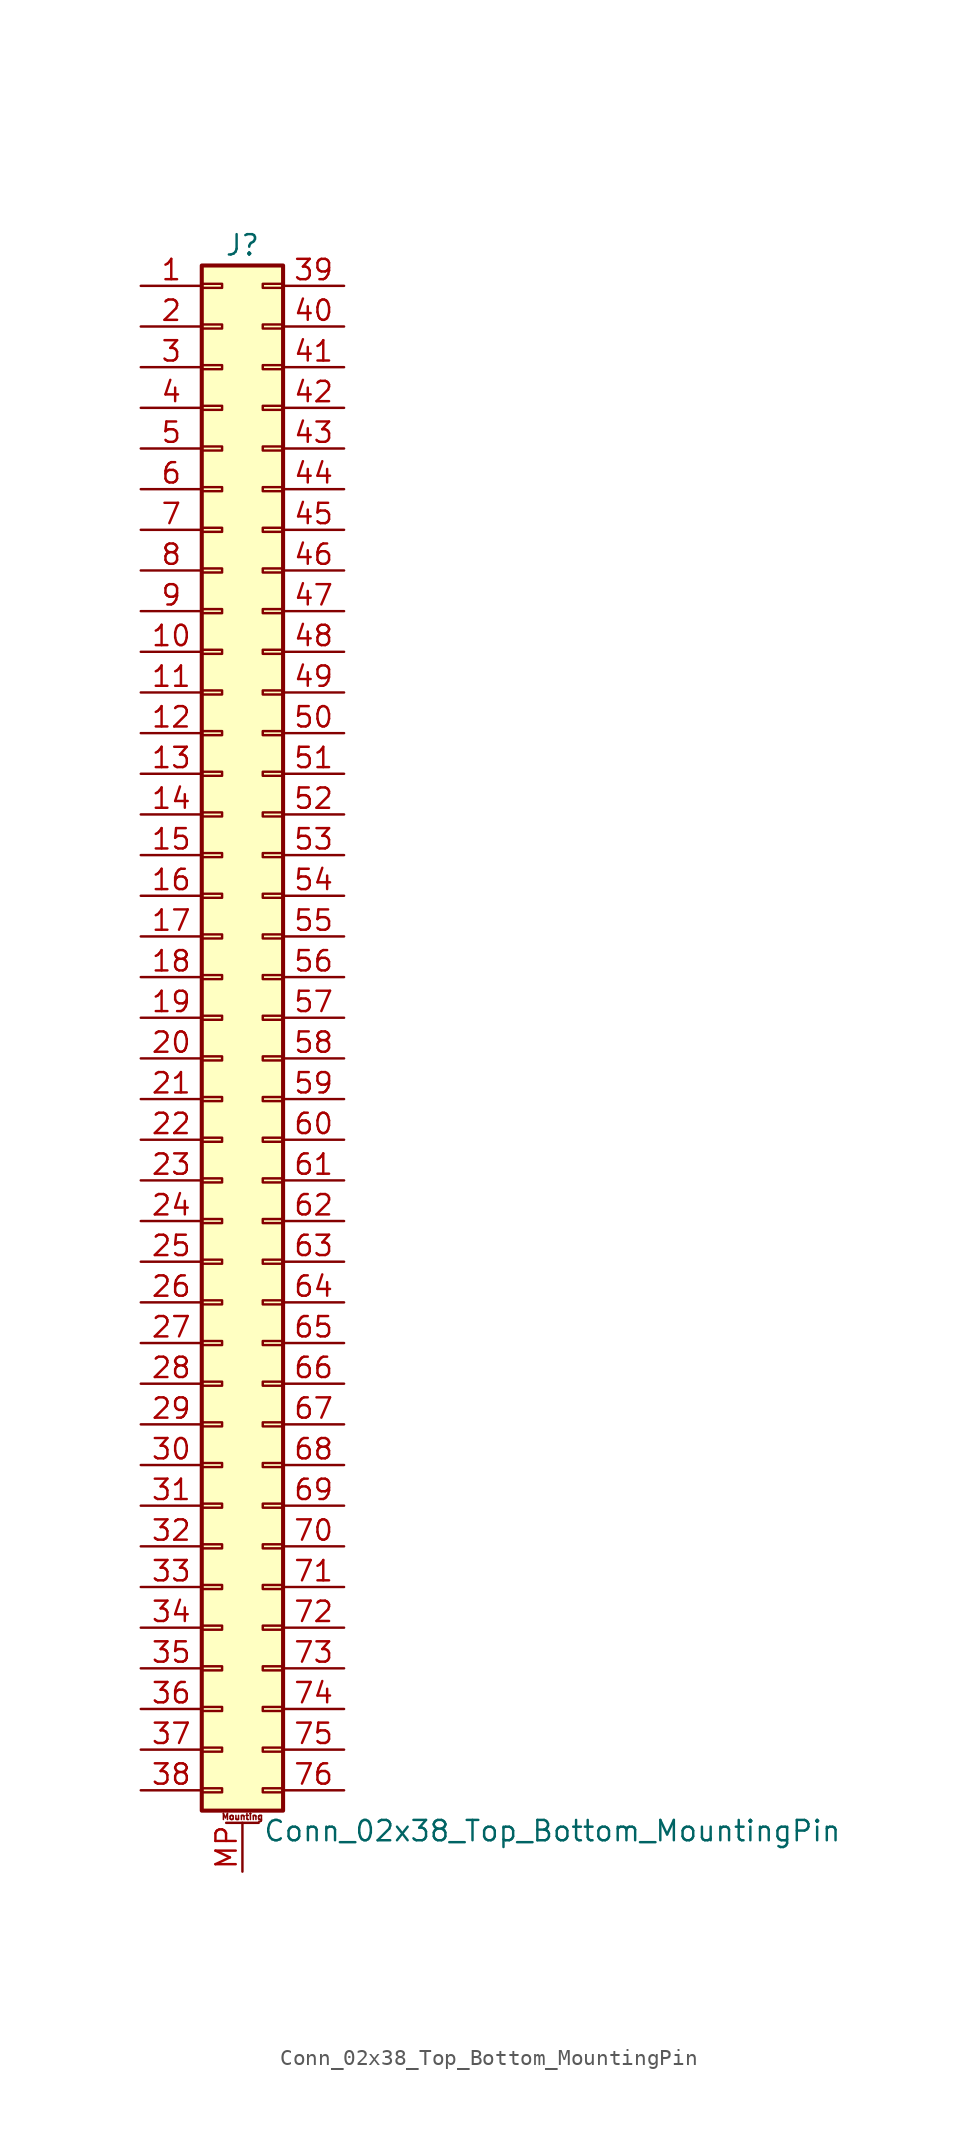
<source format=kicad_sym>
(kicad_symbol_lib
  (version 20201005)
  (generator kicad_symbol_editor)
  (symbol "Conn_02x38_Top_Bottom_MountingPin"
    (pin_names
      (offset 1.016) hide)
    (property "Reference" "J"
      (at 1.27 48.26 0)
      (effects (font (size 1.27 1.27))))
    (property "Value" "Conn_02x38_Top_Bottom_MountingPin"
      (at 2.54 -50.8 0)
      (effects (font (size 1.27 1.27)) (justify left)))
    (symbol "Conn_02x38_Top_Bottom_MountingPin_1_1"
      (text "Mounting" (at 1.27 -49.911 0) (effects (font (size 0.381 0.381))))
      (rectangle (start -1.27 -48.133) (end 0 -48.387) (stroke (width 0.152)) (fill (type none)))
      (rectangle (start -1.27 -45.593) (end 0 -45.847) (stroke (width 0.152)) (fill (type none)))
      (rectangle (start -1.27 -43.053) (end 0 -43.307) (stroke (width 0.152)) (fill (type none)))
      (rectangle (start -1.27 -40.513) (end 0 -40.767) (stroke (width 0.152)) (fill (type none)))
      (rectangle (start -1.27 -37.973) (end 0 -38.227) (stroke (width 0.152)) (fill (type none)))
      (rectangle (start -1.27 -35.433) (end 0 -35.687) (stroke (width 0.152)) (fill (type none)))
      (rectangle (start -1.27 -32.893) (end 0 -33.147) (stroke (width 0.152)) (fill (type none)))
      (rectangle (start -1.27 -30.353) (end 0 -30.607) (stroke (width 0.152)) (fill (type none)))
      (rectangle (start -1.27 -27.813) (end 0 -28.067) (stroke (width 0.152)) (fill (type none)))
      (rectangle (start -1.27 -25.273) (end 0 -25.527) (stroke (width 0.152)) (fill (type none)))
      (rectangle (start -1.27 -22.733) (end 0 -22.987) (stroke (width 0.152)) (fill (type none)))
      (rectangle (start -1.27 -20.193) (end 0 -20.447) (stroke (width 0.152)) (fill (type none)))
      (rectangle (start -1.27 -17.653) (end 0 -17.907) (stroke (width 0.152)) (fill (type none)))
      (rectangle (start -1.27 -15.113) (end 0 -15.367) (stroke (width 0.152)) (fill (type none)))
      (rectangle (start -1.27 -12.573) (end 0 -12.827) (stroke (width 0.152)) (fill (type none)))
      (rectangle (start -1.27 -10.033) (end 0 -10.287) (stroke (width 0.152)) (fill (type none)))
      (rectangle (start -1.27 -7.493) (end 0 -7.747) (stroke (width 0.152)) (fill (type none)))
      (rectangle (start -1.27 -4.953) (end 0 -5.207) (stroke (width 0.152)) (fill (type none)))
      (rectangle (start -1.27 -2.413) (end 0 -2.667) (stroke (width 0.152)) (fill (type none)))
      (rectangle (start -1.27 0.127) (end 0 -0.127) (stroke (width 0.152)) (fill (type none)))
      (rectangle (start -1.27 2.667) (end 0 2.413) (stroke (width 0.152)) (fill (type none)))
      (rectangle (start -1.27 5.207) (end 0 4.953) (stroke (width 0.152)) (fill (type none)))
      (rectangle (start -1.27 7.747) (end 0 7.493) (stroke (width 0.152)) (fill (type none)))
      (rectangle (start -1.27 10.287) (end 0 10.033) (stroke (width 0.152)) (fill (type none)))
      (rectangle (start -1.27 12.827) (end 0 12.573) (stroke (width 0.152)) (fill (type none)))
      (rectangle (start -1.27 15.367) (end 0 15.113) (stroke (width 0.152)) (fill (type none)))
      (rectangle (start -1.27 17.907) (end 0 17.653) (stroke (width 0.152)) (fill (type none)))
      (rectangle (start -1.27 20.447) (end 0 20.193) (stroke (width 0.152)) (fill (type none)))
      (rectangle (start -1.27 22.987) (end 0 22.733) (stroke (width 0.152)) (fill (type none)))
      (rectangle (start -1.27 25.527) (end 0 25.273) (stroke (width 0.152)) (fill (type none)))
      (rectangle (start -1.27 28.067) (end 0 27.813) (stroke (width 0.152)) (fill (type none)))
      (rectangle (start -1.27 30.607) (end 0 30.353) (stroke (width 0.152)) (fill (type none)))
      (rectangle (start -1.27 33.147) (end 0 32.893) (stroke (width 0.152)) (fill (type none)))
      (rectangle (start -1.27 35.687) (end 0 35.433) (stroke (width 0.152)) (fill (type none)))
      (rectangle (start -1.27 38.227) (end 0 37.973) (stroke (width 0.152)) (fill (type none)))
      (rectangle (start -1.27 40.767) (end 0 40.513) (stroke (width 0.152)) (fill (type none)))
      (rectangle (start -1.27 43.307) (end 0 43.053) (stroke (width 0.152)) (fill (type none)))
      (rectangle (start -1.27 45.847) (end 0 45.593) (stroke (width 0.152)) (fill (type none)))
      (rectangle (start -1.27 46.99) (end 3.81 -49.53) (stroke (width 0.254)) (fill (type background)))
      (rectangle (start 3.81 -48.133) (end 2.54 -48.387) (stroke (width 0.152)) (fill (type none)))
      (rectangle (start 3.81 -45.593) (end 2.54 -45.847) (stroke (width 0.152)) (fill (type none)))
      (rectangle (start 3.81 -43.053) (end 2.54 -43.307) (stroke (width 0.152)) (fill (type none)))
      (rectangle (start 3.81 -40.513) (end 2.54 -40.767) (stroke (width 0.152)) (fill (type none)))
      (rectangle (start 3.81 -37.973) (end 2.54 -38.227) (stroke (width 0.152)) (fill (type none)))
      (rectangle (start 3.81 -35.433) (end 2.54 -35.687) (stroke (width 0.152)) (fill (type none)))
      (rectangle (start 3.81 -32.893) (end 2.54 -33.147) (stroke (width 0.152)) (fill (type none)))
      (rectangle (start 3.81 -30.353) (end 2.54 -30.607) (stroke (width 0.152)) (fill (type none)))
      (rectangle (start 3.81 -27.813) (end 2.54 -28.067) (stroke (width 0.152)) (fill (type none)))
      (rectangle (start 3.81 -25.273) (end 2.54 -25.527) (stroke (width 0.152)) (fill (type none)))
      (rectangle (start 3.81 -22.733) (end 2.54 -22.987) (stroke (width 0.152)) (fill (type none)))
      (rectangle (start 3.81 -20.193) (end 2.54 -20.447) (stroke (width 0.152)) (fill (type none)))
      (rectangle (start 3.81 -17.653) (end 2.54 -17.907) (stroke (width 0.152)) (fill (type none)))
      (rectangle (start 3.81 -15.113) (end 2.54 -15.367) (stroke (width 0.152)) (fill (type none)))
      (rectangle (start 3.81 -12.573) (end 2.54 -12.827) (stroke (width 0.152)) (fill (type none)))
      (rectangle (start 3.81 -10.033) (end 2.54 -10.287) (stroke (width 0.152)) (fill (type none)))
      (rectangle (start 3.81 -7.493) (end 2.54 -7.747) (stroke (width 0.152)) (fill (type none)))
      (rectangle (start 3.81 -4.953) (end 2.54 -5.207) (stroke (width 0.152)) (fill (type none)))
      (rectangle (start 3.81 -2.413) (end 2.54 -2.667) (stroke (width 0.152)) (fill (type none)))
      (rectangle (start 3.81 0.127) (end 2.54 -0.127) (stroke (width 0.152)) (fill (type none)))
      (rectangle (start 3.81 2.667) (end 2.54 2.413) (stroke (width 0.152)) (fill (type none)))
      (rectangle (start 3.81 5.207) (end 2.54 4.953) (stroke (width 0.152)) (fill (type none)))
      (rectangle (start 3.81 7.747) (end 2.54 7.493) (stroke (width 0.152)) (fill (type none)))
      (rectangle (start 3.81 10.287) (end 2.54 10.033) (stroke (width 0.152)) (fill (type none)))
      (rectangle (start 3.81 12.827) (end 2.54 12.573) (stroke (width 0.152)) (fill (type none)))
      (rectangle (start 3.81 15.367) (end 2.54 15.113) (stroke (width 0.152)) (fill (type none)))
      (rectangle (start 3.81 17.907) (end 2.54 17.653) (stroke (width 0.152)) (fill (type none)))
      (rectangle (start 3.81 20.447) (end 2.54 20.193) (stroke (width 0.152)) (fill (type none)))
      (rectangle (start 3.81 22.987) (end 2.54 22.733) (stroke (width 0.152)) (fill (type none)))
      (rectangle (start 3.81 25.527) (end 2.54 25.273) (stroke (width 0.152)) (fill (type none)))
      (rectangle (start 3.81 28.067) (end 2.54 27.813) (stroke (width 0.152)) (fill (type none)))
      (rectangle (start 3.81 30.607) (end 2.54 30.353) (stroke (width 0.152)) (fill (type none)))
      (rectangle (start 3.81 33.147) (end 2.54 32.893) (stroke (width 0.152)) (fill (type none)))
      (rectangle (start 3.81 35.687) (end 2.54 35.433) (stroke (width 0.152)) (fill (type none)))
      (rectangle (start 3.81 38.227) (end 2.54 37.973) (stroke (width 0.152)) (fill (type none)))
      (rectangle (start 3.81 40.767) (end 2.54 40.513) (stroke (width 0.152)) (fill (type none)))
      (rectangle (start 3.81 43.307) (end 2.54 43.053) (stroke (width 0.152)) (fill (type none)))
      (rectangle (start 3.81 45.847) (end 2.54 45.593) (stroke (width 0.152)) (fill (type none)))
      (polyline (pts (xy 0.254 -50.292) (xy 2.286 -50.292)) (stroke (width 0.152)) (fill (type none)))
      (pin passive line (at -5.08 45.72 0) (length 3.81) (name "Pin_1" (effects (font (size 1.27 1.27)))) (number "1" (effects (font (size 1.27 1.27)))))
      (pin passive line (at -5.08 22.86 0) (length 3.81) (name "Pin_10" (effects (font (size 1.27 1.27)))) (number "10" (effects (font (size 1.27 1.27)))))
      (pin passive line (at -5.08 20.32 0) (length 3.81) (name "Pin_11" (effects (font (size 1.27 1.27)))) (number "11" (effects (font (size 1.27 1.27)))))
      (pin passive line (at -5.08 17.78 0) (length 3.81) (name "Pin_12" (effects (font (size 1.27 1.27)))) (number "12" (effects (font (size 1.27 1.27)))))
      (pin passive line (at -5.08 15.24 0) (length 3.81) (name "Pin_13" (effects (font (size 1.27 1.27)))) (number "13" (effects (font (size 1.27 1.27)))))
      (pin passive line (at -5.08 12.7 0) (length 3.81) (name "Pin_14" (effects (font (size 1.27 1.27)))) (number "14" (effects (font (size 1.27 1.27)))))
      (pin passive line (at -5.08 10.16 0) (length 3.81) (name "Pin_15" (effects (font (size 1.27 1.27)))) (number "15" (effects (font (size 1.27 1.27)))))
      (pin passive line (at -5.08 7.62 0) (length 3.81) (name "Pin_16" (effects (font (size 1.27 1.27)))) (number "16" (effects (font (size 1.27 1.27)))))
      (pin passive line (at -5.08 5.08 0) (length 3.81) (name "Pin_17" (effects (font (size 1.27 1.27)))) (number "17" (effects (font (size 1.27 1.27)))))
      (pin passive line (at -5.08 2.54 0) (length 3.81) (name "Pin_18" (effects (font (size 1.27 1.27)))) (number "18" (effects (font (size 1.27 1.27)))))
      (pin passive line (at -5.08 0 0) (length 3.81) (name "Pin_19" (effects (font (size 1.27 1.27)))) (number "19" (effects (font (size 1.27 1.27)))))
      (pin passive line (at -5.08 43.18 0) (length 3.81) (name "Pin_2" (effects (font (size 1.27 1.27)))) (number "2" (effects (font (size 1.27 1.27)))))
      (pin passive line (at -5.08 -2.54 0) (length 3.81) (name "Pin_20" (effects (font (size 1.27 1.27)))) (number "20" (effects (font (size 1.27 1.27)))))
      (pin passive line (at -5.08 -5.08 0) (length 3.81) (name "Pin_21" (effects (font (size 1.27 1.27)))) (number "21" (effects (font (size 1.27 1.27)))))
      (pin passive line (at -5.08 -7.62 0) (length 3.81) (name "Pin_22" (effects (font (size 1.27 1.27)))) (number "22" (effects (font (size 1.27 1.27)))))
      (pin passive line (at -5.08 -10.16 0) (length 3.81) (name "Pin_23" (effects (font (size 1.27 1.27)))) (number "23" (effects (font (size 1.27 1.27)))))
      (pin passive line (at -5.08 -12.7 0) (length 3.81) (name "Pin_24" (effects (font (size 1.27 1.27)))) (number "24" (effects (font (size 1.27 1.27)))))
      (pin passive line (at -5.08 -15.24 0) (length 3.81) (name "Pin_25" (effects (font (size 1.27 1.27)))) (number "25" (effects (font (size 1.27 1.27)))))
      (pin passive line (at -5.08 -17.78 0) (length 3.81) (name "Pin_26" (effects (font (size 1.27 1.27)))) (number "26" (effects (font (size 1.27 1.27)))))
      (pin passive line (at -5.08 -20.32 0) (length 3.81) (name "Pin_27" (effects (font (size 1.27 1.27)))) (number "27" (effects (font (size 1.27 1.27)))))
      (pin passive line (at -5.08 -22.86 0) (length 3.81) (name "Pin_28" (effects (font (size 1.27 1.27)))) (number "28" (effects (font (size 1.27 1.27)))))
      (pin passive line (at -5.08 -25.4 0) (length 3.81) (name "Pin_29" (effects (font (size 1.27 1.27)))) (number "29" (effects (font (size 1.27 1.27)))))
      (pin passive line (at -5.08 40.64 0) (length 3.81) (name "Pin_3" (effects (font (size 1.27 1.27)))) (number "3" (effects (font (size 1.27 1.27)))))
      (pin passive line (at -5.08 -27.94 0) (length 3.81) (name "Pin_30" (effects (font (size 1.27 1.27)))) (number "30" (effects (font (size 1.27 1.27)))))
      (pin passive line (at -5.08 -30.48 0) (length 3.81) (name "Pin_31" (effects (font (size 1.27 1.27)))) (number "31" (effects (font (size 1.27 1.27)))))
      (pin passive line (at -5.08 -33.02 0) (length 3.81) (name "Pin_32" (effects (font (size 1.27 1.27)))) (number "32" (effects (font (size 1.27 1.27)))))
      (pin passive line (at -5.08 -35.56 0) (length 3.81) (name "Pin_33" (effects (font (size 1.27 1.27)))) (number "33" (effects (font (size 1.27 1.27)))))
      (pin passive line (at -5.08 -38.1 0) (length 3.81) (name "Pin_34" (effects (font (size 1.27 1.27)))) (number "34" (effects (font (size 1.27 1.27)))))
      (pin passive line (at -5.08 -40.64 0) (length 3.81) (name "Pin_35" (effects (font (size 1.27 1.27)))) (number "35" (effects (font (size 1.27 1.27)))))
      (pin passive line (at -5.08 -43.18 0) (length 3.81) (name "Pin_36" (effects (font (size 1.27 1.27)))) (number "36" (effects (font (size 1.27 1.27)))))
      (pin passive line (at -5.08 -45.72 0) (length 3.81) (name "Pin_37" (effects (font (size 1.27 1.27)))) (number "37" (effects (font (size 1.27 1.27)))))
      (pin passive line (at -5.08 -48.26 0) (length 3.81) (name "Pin_38" (effects (font (size 1.27 1.27)))) (number "38" (effects (font (size 1.27 1.27)))))
      (pin passive line (at 7.62 45.72 180) (length 3.81) (name "Pin_39" (effects (font (size 1.27 1.27)))) (number "39" (effects (font (size 1.27 1.27)))))
      (pin passive line (at -5.08 38.1 0) (length 3.81) (name "Pin_4" (effects (font (size 1.27 1.27)))) (number "4" (effects (font (size 1.27 1.27)))))
      (pin passive line (at 7.62 43.18 180) (length 3.81) (name "Pin_40" (effects (font (size 1.27 1.27)))) (number "40" (effects (font (size 1.27 1.27)))))
      (pin passive line (at 7.62 40.64 180) (length 3.81) (name "Pin_41" (effects (font (size 1.27 1.27)))) (number "41" (effects (font (size 1.27 1.27)))))
      (pin passive line (at 7.62 38.1 180) (length 3.81) (name "Pin_42" (effects (font (size 1.27 1.27)))) (number "42" (effects (font (size 1.27 1.27)))))
      (pin passive line (at 7.62 35.56 180) (length 3.81) (name "Pin_43" (effects (font (size 1.27 1.27)))) (number "43" (effects (font (size 1.27 1.27)))))
      (pin passive line (at 7.62 33.02 180) (length 3.81) (name "Pin_44" (effects (font (size 1.27 1.27)))) (number "44" (effects (font (size 1.27 1.27)))))
      (pin passive line (at 7.62 30.48 180) (length 3.81) (name "Pin_45" (effects (font (size 1.27 1.27)))) (number "45" (effects (font (size 1.27 1.27)))))
      (pin passive line (at 7.62 27.94 180) (length 3.81) (name "Pin_46" (effects (font (size 1.27 1.27)))) (number "46" (effects (font (size 1.27 1.27)))))
      (pin passive line (at 7.62 25.4 180) (length 3.81) (name "Pin_47" (effects (font (size 1.27 1.27)))) (number "47" (effects (font (size 1.27 1.27)))))
      (pin passive line (at 7.62 22.86 180) (length 3.81) (name "Pin_48" (effects (font (size 1.27 1.27)))) (number "48" (effects (font (size 1.27 1.27)))))
      (pin passive line (at 7.62 20.32 180) (length 3.81) (name "Pin_49" (effects (font (size 1.27 1.27)))) (number "49" (effects (font (size 1.27 1.27)))))
      (pin passive line (at -5.08 35.56 0) (length 3.81) (name "Pin_5" (effects (font (size 1.27 1.27)))) (number "5" (effects (font (size 1.27 1.27)))))
      (pin passive line (at 7.62 17.78 180) (length 3.81) (name "Pin_50" (effects (font (size 1.27 1.27)))) (number "50" (effects (font (size 1.27 1.27)))))
      (pin passive line (at 7.62 15.24 180) (length 3.81) (name "Pin_51" (effects (font (size 1.27 1.27)))) (number "51" (effects (font (size 1.27 1.27)))))
      (pin passive line (at 7.62 12.7 180) (length 3.81) (name "Pin_52" (effects (font (size 1.27 1.27)))) (number "52" (effects (font (size 1.27 1.27)))))
      (pin passive line (at 7.62 10.16 180) (length 3.81) (name "Pin_53" (effects (font (size 1.27 1.27)))) (number "53" (effects (font (size 1.27 1.27)))))
      (pin passive line (at 7.62 7.62 180) (length 3.81) (name "Pin_54" (effects (font (size 1.27 1.27)))) (number "54" (effects (font (size 1.27 1.27)))))
      (pin passive line (at 7.62 5.08 180) (length 3.81) (name "Pin_55" (effects (font (size 1.27 1.27)))) (number "55" (effects (font (size 1.27 1.27)))))
      (pin passive line (at 7.62 2.54 180) (length 3.81) (name "Pin_56" (effects (font (size 1.27 1.27)))) (number "56" (effects (font (size 1.27 1.27)))))
      (pin passive line (at 7.62 0 180) (length 3.81) (name "Pin_57" (effects (font (size 1.27 1.27)))) (number "57" (effects (font (size 1.27 1.27)))))
      (pin passive line (at 7.62 -2.54 180) (length 3.81) (name "Pin_58" (effects (font (size 1.27 1.27)))) (number "58" (effects (font (size 1.27 1.27)))))
      (pin passive line (at 7.62 -5.08 180) (length 3.81) (name "Pin_59" (effects (font (size 1.27 1.27)))) (number "59" (effects (font (size 1.27 1.27)))))
      (pin passive line (at -5.08 33.02 0) (length 3.81) (name "Pin_6" (effects (font (size 1.27 1.27)))) (number "6" (effects (font (size 1.27 1.27)))))
      (pin passive line (at 7.62 -7.62 180) (length 3.81) (name "Pin_60" (effects (font (size 1.27 1.27)))) (number "60" (effects (font (size 1.27 1.27)))))
      (pin passive line (at 7.62 -10.16 180) (length 3.81) (name "Pin_61" (effects (font (size 1.27 1.27)))) (number "61" (effects (font (size 1.27 1.27)))))
      (pin passive line (at 7.62 -12.7 180) (length 3.81) (name "Pin_62" (effects (font (size 1.27 1.27)))) (number "62" (effects (font (size 1.27 1.27)))))
      (pin passive line (at 7.62 -15.24 180) (length 3.81) (name "Pin_63" (effects (font (size 1.27 1.27)))) (number "63" (effects (font (size 1.27 1.27)))))
      (pin passive line (at 7.62 -17.78 180) (length 3.81) (name "Pin_64" (effects (font (size 1.27 1.27)))) (number "64" (effects (font (size 1.27 1.27)))))
      (pin passive line (at 7.62 -20.32 180) (length 3.81) (name "Pin_65" (effects (font (size 1.27 1.27)))) (number "65" (effects (font (size 1.27 1.27)))))
      (pin passive line (at 7.62 -22.86 180) (length 3.81) (name "Pin_66" (effects (font (size 1.27 1.27)))) (number "66" (effects (font (size 1.27 1.27)))))
      (pin passive line (at 7.62 -25.4 180) (length 3.81) (name "Pin_67" (effects (font (size 1.27 1.27)))) (number "67" (effects (font (size 1.27 1.27)))))
      (pin passive line (at 7.62 -27.94 180) (length 3.81) (name "Pin_68" (effects (font (size 1.27 1.27)))) (number "68" (effects (font (size 1.27 1.27)))))
      (pin passive line (at 7.62 -30.48 180) (length 3.81) (name "Pin_69" (effects (font (size 1.27 1.27)))) (number "69" (effects (font (size 1.27 1.27)))))
      (pin passive line (at -5.08 30.48 0) (length 3.81) (name "Pin_7" (effects (font (size 1.27 1.27)))) (number "7" (effects (font (size 1.27 1.27)))))
      (pin passive line (at 7.62 -33.02 180) (length 3.81) (name "Pin_70" (effects (font (size 1.27 1.27)))) (number "70" (effects (font (size 1.27 1.27)))))
      (pin passive line (at 7.62 -35.56 180) (length 3.81) (name "Pin_71" (effects (font (size 1.27 1.27)))) (number "71" (effects (font (size 1.27 1.27)))))
      (pin passive line (at 7.62 -38.1 180) (length 3.81) (name "Pin_72" (effects (font (size 1.27 1.27)))) (number "72" (effects (font (size 1.27 1.27)))))
      (pin passive line (at 7.62 -40.64 180) (length 3.81) (name "Pin_73" (effects (font (size 1.27 1.27)))) (number "73" (effects (font (size 1.27 1.27)))))
      (pin passive line (at 7.62 -43.18 180) (length 3.81) (name "Pin_74" (effects (font (size 1.27 1.27)))) (number "74" (effects (font (size 1.27 1.27)))))
      (pin passive line (at 7.62 -45.72 180) (length 3.81) (name "Pin_75" (effects (font (size 1.27 1.27)))) (number "75" (effects (font (size 1.27 1.27)))))
      (pin passive line (at 7.62 -48.26 180) (length 3.81) (name "Pin_76" (effects (font (size 1.27 1.27)))) (number "76" (effects (font (size 1.27 1.27)))))
      (pin passive line (at -5.08 27.94 0) (length 3.81) (name "Pin_8" (effects (font (size 1.27 1.27)))) (number "8" (effects (font (size 1.27 1.27)))))
      (pin passive line (at -5.08 25.4 0) (length 3.81) (name "Pin_9" (effects (font (size 1.27 1.27)))) (number "9" (effects (font (size 1.27 1.27)))))
      (pin passive line (at 1.27 -53.34 90) (length 3.048) (name "MountPin" (effects (font (size 1.27 1.27)))) (number "MP" (effects (font (size 1.27 1.27))))))))
</source>
